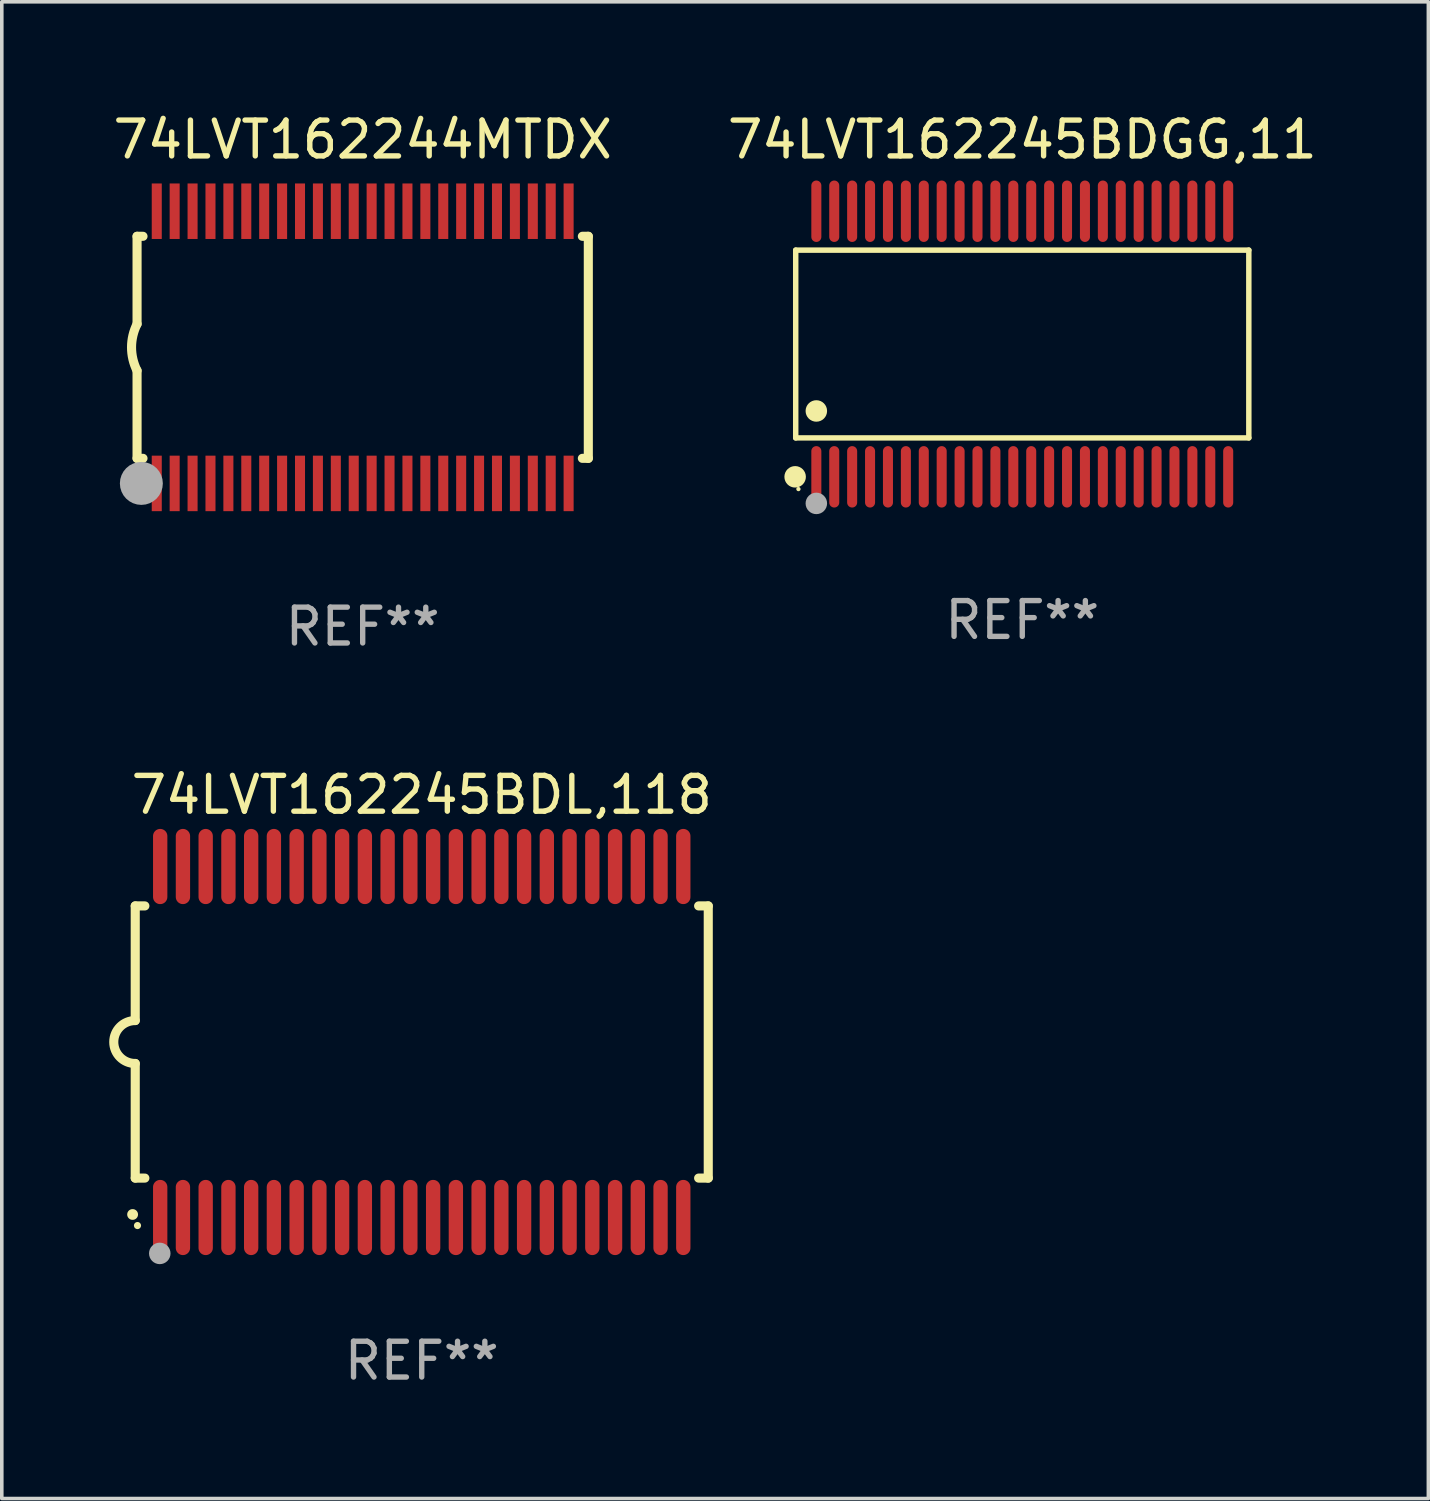
<source format=kicad_pcb>
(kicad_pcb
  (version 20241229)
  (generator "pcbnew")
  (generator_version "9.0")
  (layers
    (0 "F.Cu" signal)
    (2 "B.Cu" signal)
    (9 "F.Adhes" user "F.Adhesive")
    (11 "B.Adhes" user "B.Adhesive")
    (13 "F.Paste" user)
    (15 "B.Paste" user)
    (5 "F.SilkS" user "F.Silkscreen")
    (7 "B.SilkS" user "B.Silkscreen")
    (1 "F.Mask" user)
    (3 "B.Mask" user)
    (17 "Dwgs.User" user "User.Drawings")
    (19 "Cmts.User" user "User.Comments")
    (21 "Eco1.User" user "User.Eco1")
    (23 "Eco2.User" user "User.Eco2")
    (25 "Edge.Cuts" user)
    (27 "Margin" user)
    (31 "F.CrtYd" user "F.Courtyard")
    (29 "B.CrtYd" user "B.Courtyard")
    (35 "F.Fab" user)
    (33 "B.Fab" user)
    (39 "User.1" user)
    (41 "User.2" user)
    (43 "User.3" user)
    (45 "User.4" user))
  (footprint "74LVT162245BDL,118"
    (layer "F.Cu")
    (at 8.726 26.045)
    (property "Reference" "74LVT162245BDL,118" (at 0 -6.9 0) (layer "F.SilkS") (effects (font (size 1 1) (thickness 0.15))))
    (attr through_hole)
    (fp_line (start -8 -3.8) (end -8 -0.599) (stroke (width 0.254) (type solid)) (layer "F.SilkS"))
    (fp_line (start -8 -3.8) (end -7.731 -3.8) (stroke (width 0.254) (type solid)) (layer "F.SilkS"))
    (fp_line (start -8 3.8) (end -8 0.599) (stroke (width 0.254) (type solid)) (layer "F.SilkS"))
    (fp_line (start -7.731 3.8) (end -8 3.8) (stroke (width 0.254) (type solid)) (layer "F.SilkS"))
    (fp_line (start 7.731 -3.8) (end 8 -3.8) (stroke (width 0.254) (type solid)) (layer "F.SilkS"))
    (fp_line (start 8 -3.8) (end 8 3.8) (stroke (width 0.254) (type solid)) (layer "F.SilkS"))
    (fp_line (start 8 3.8) (end 7.731 3.8) (stroke (width 0.254) (type solid)) (layer "F.SilkS"))
    (fp_arc (start -8.074676 4.81585) (mid -8.073406 4.815845) (end -8.072136 4.81585) (stroke (width 0.3) (type solid)) (layer "F.SilkS"))
    (fp_arc (start -8.000025 0.6) (mid -8.598908 0.00056) (end -8.000027 -0.598882) (stroke (width 0.254001) (type solid)) (layer "F.SilkS"))
    (fp_circle (center -7.937 5.125) (end -7.887 5.125) (stroke (width 0.1) (type solid)) (fill no) (layer "F.SilkS"))
    (fp_circle (center -7.315 5.903) (end -7.165 5.903) (stroke (width 0.3) (type solid)) (fill no) (layer "F.Fab"))
    (fp_text user "REF**" (at 0 8.9 0) (layer "F.Fab") (effects (font (size 1 1) (thickness 0.15))))
    (pad "1" smd oval (at -7.303 4.9) (size 0.4 2.1) (layers "F.Cu" "F.Mask" "F.Paste"))
    (pad "2" smd oval (at -6.668 4.9) (size 0.4 2.1) (layers "F.Cu" "F.Mask" "F.Paste"))
    (pad "3" smd oval (at -6.033 4.9) (size 0.4 2.1) (layers "F.Cu" "F.Mask" "F.Paste"))
    (pad "4" smd oval (at -5.398 4.9) (size 0.4 2.1) (layers "F.Cu" "F.Mask" "F.Paste"))
    (pad "5" smd oval (at -4.763 4.9) (size 0.4 2.1) (layers "F.Cu" "F.Mask" "F.Paste"))
    (pad "6" smd oval (at -4.128 4.9) (size 0.4 2.1) (layers "F.Cu" "F.Mask" "F.Paste"))
    (pad "7" smd oval (at -3.493 4.9) (size 0.4 2.1) (layers "F.Cu" "F.Mask" "F.Paste"))
    (pad "8" smd oval (at -2.858 4.9) (size 0.4 2.1) (layers "F.Cu" "F.Mask" "F.Paste"))
    (pad "9" smd oval (at -2.223 4.9) (size 0.4 2.1) (layers "F.Cu" "F.Mask" "F.Paste"))
    (pad "10" smd oval (at -1.588 4.9) (size 0.4 2.1) (layers "F.Cu" "F.Mask" "F.Paste"))
    (pad "11" smd oval (at -0.953 4.9) (size 0.4 2.1) (layers "F.Cu" "F.Mask" "F.Paste"))
    (pad "12" smd oval (at -0.318 4.9) (size 0.4 2.1) (layers "F.Cu" "F.Mask" "F.Paste"))
    (pad "13" smd oval (at 0.318 4.9) (size 0.4 2.1) (layers "F.Cu" "F.Mask" "F.Paste"))
    (pad "14" smd oval (at 0.953 4.9) (size 0.4 2.1) (layers "F.Cu" "F.Mask" "F.Paste"))
    (pad "15" smd oval (at 1.588 4.9) (size 0.4 2.1) (layers "F.Cu" "F.Mask" "F.Paste"))
    (pad "16" smd oval (at 2.223 4.9) (size 0.4 2.1) (layers "F.Cu" "F.Mask" "F.Paste"))
    (pad "17" smd oval (at 2.858 4.9) (size 0.4 2.1) (layers "F.Cu" "F.Mask" "F.Paste"))
    (pad "18" smd oval (at 3.493 4.9) (size 0.4 2.1) (layers "F.Cu" "F.Mask" "F.Paste"))
    (pad "19" smd oval (at 4.128 4.9) (size 0.4 2.1) (layers "F.Cu" "F.Mask" "F.Paste"))
    (pad "20" smd oval (at 4.763 4.9) (size 0.4 2.1) (layers "F.Cu" "F.Mask" "F.Paste"))
    (pad "21" smd oval (at 5.398 4.9) (size 0.4 2.1) (layers "F.Cu" "F.Mask" "F.Paste"))
    (pad "22" smd oval (at 6.033 4.9) (size 0.4 2.1) (layers "F.Cu" "F.Mask" "F.Paste"))
    (pad "23" smd oval (at 6.668 4.9) (size 0.4 2.1) (layers "F.Cu" "F.Mask" "F.Paste"))
    (pad "24" smd oval (at 7.303 4.9) (size 0.4 2.1) (layers "F.Cu" "F.Mask" "F.Paste"))
    (pad "25" smd oval (at 7.303 -4.9 180) (size 0.4 2.1) (layers "F.Cu" "F.Mask" "F.Paste"))
    (pad "26" smd oval (at 6.668 -4.9 180) (size 0.4 2.1) (layers "F.Cu" "F.Mask" "F.Paste"))
    (pad "27" smd oval (at 6.033 -4.9 180) (size 0.4 2.1) (layers "F.Cu" "F.Mask" "F.Paste"))
    (pad "28" smd oval (at 5.398 -4.9 180) (size 0.4 2.1) (layers "F.Cu" "F.Mask" "F.Paste"))
    (pad "29" smd oval (at 4.763 -4.9 180) (size 0.4 2.1) (layers "F.Cu" "F.Mask" "F.Paste"))
    (pad "30" smd oval (at 4.128 -4.9 180) (size 0.4 2.1) (layers "F.Cu" "F.Mask" "F.Paste"))
    (pad "31" smd oval (at 3.493 -4.9 180) (size 0.4 2.1) (layers "F.Cu" "F.Mask" "F.Paste"))
    (pad "32" smd oval (at 2.858 -4.9 180) (size 0.4 2.1) (layers "F.Cu" "F.Mask" "F.Paste"))
    (pad "33" smd oval (at 2.223 -4.9 180) (size 0.4 2.1) (layers "F.Cu" "F.Mask" "F.Paste"))
    (pad "34" smd oval (at 1.588 -4.9 180) (size 0.4 2.1) (layers "F.Cu" "F.Mask" "F.Paste"))
    (pad "35" smd oval (at 0.953 -4.9 180) (size 0.4 2.1) (layers "F.Cu" "F.Mask" "F.Paste"))
    (pad "36" smd oval (at 0.318 -4.9 180) (size 0.4 2.1) (layers "F.Cu" "F.Mask" "F.Paste"))
    (pad "37" smd oval (at -0.318 -4.9 180) (size 0.4 2.1) (layers "F.Cu" "F.Mask" "F.Paste"))
    (pad "38" smd oval (at -0.953 -4.9 180) (size 0.4 2.1) (layers "F.Cu" "F.Mask" "F.Paste"))
    (pad "39" smd oval (at -1.588 -4.9 180) (size 0.4 2.1) (layers "F.Cu" "F.Mask" "F.Paste"))
    (pad "40" smd oval (at -2.223 -4.9 180) (size 0.4 2.1) (layers "F.Cu" "F.Mask" "F.Paste"))
    (pad "41" smd oval (at -2.858 -4.9 180) (size 0.4 2.1) (layers "F.Cu" "F.Mask" "F.Paste"))
    (pad "42" smd oval (at -3.493 -4.9 180) (size 0.4 2.1) (layers "F.Cu" "F.Mask" "F.Paste"))
    (pad "43" smd oval (at -4.128 -4.9 180) (size 0.4 2.1) (layers "F.Cu" "F.Mask" "F.Paste"))
    (pad "44" smd oval (at -4.763 -4.9 180) (size 0.4 2.1) (layers "F.Cu" "F.Mask" "F.Paste"))
    (pad "45" smd oval (at -5.398 -4.9 180) (size 0.4 2.1) (layers "F.Cu" "F.Mask" "F.Paste"))
    (pad "46" smd oval (at -6.033 -4.9 180) (size 0.4 2.1) (layers "F.Cu" "F.Mask" "F.Paste"))
    (pad "47" smd oval (at -6.668 -4.9 180) (size 0.4 2.1) (layers "F.Cu" "F.Mask" "F.Paste"))
    (pad "48" smd oval (at -7.303 -4.9 180) (size 0.4 2.1) (layers "F.Cu" "F.Mask" "F.Paste")))
  (footprint "74LVT162245BDGG,11"
    (layer "F.Cu")
    (at 25.494 6.556)
    (property "Reference" "74LVT162245BDGG,11" (at 0 -5.708 0) (layer "F.SilkS") (effects (font (size 1 1) (thickness 0.15))))
    (attr through_hole)
    (fp_line (start -6.326 -2.622) (end 6.326 -2.622) (stroke (width 0.152) (type solid)) (layer "F.SilkS"))
    (fp_line (start -6.326 2.621) (end -6.326 -2.622) (stroke (width 0.152) (type solid)) (layer "F.SilkS"))
    (fp_line (start 6.326 -2.622) (end 6.326 2.621) (stroke (width 0.152) (type solid)) (layer "F.SilkS"))
    (fp_line (start 6.326 2.621) (end -6.326 2.621) (stroke (width 0.152) (type solid)) (layer "F.SilkS"))
    (fp_circle (center -6.342 3.708) (end -6.192 3.708) (stroke (width 0.3) (type solid)) (fill no) (layer "F.SilkS"))
    (fp_circle (center -6.25 4.05) (end -6.22 4.05) (stroke (width 0.06) (type solid)) (fill no) (layer "F.SilkS"))
    (fp_circle (center -5.75 1.869) (end -5.6 1.869) (stroke (width 0.3) (type solid)) (fill no) (layer "F.SilkS"))
    (fp_circle (center -5.75 4.45) (end -5.6 4.45) (stroke (width 0.3) (type solid)) (fill no) (layer "F.Fab"))
    (fp_text user "REF**" (at 0 7.708 0) (layer "F.Fab") (effects (font (size 1 1) (thickness 0.15))))
    (pad "1" smd oval (at -5.75 3.708) (size 0.28 1.715) (layers "F.Cu" "F.Mask" "F.Paste"))
    (pad "2" smd oval (at -5.25 3.708) (size 0.28 1.715) (layers "F.Cu" "F.Mask" "F.Paste"))
    (pad "3" smd oval (at -4.75 3.708) (size 0.28 1.715) (layers "F.Cu" "F.Mask" "F.Paste"))
    (pad "4" smd oval (at -4.25 3.708) (size 0.28 1.715) (layers "F.Cu" "F.Mask" "F.Paste"))
    (pad "5" smd oval (at -3.75 3.708) (size 0.28 1.715) (layers "F.Cu" "F.Mask" "F.Paste"))
    (pad "6" smd oval (at -3.25 3.708) (size 0.28 1.715) (layers "F.Cu" "F.Mask" "F.Paste"))
    (pad "7" smd oval (at -2.75 3.708) (size 0.28 1.715) (layers "F.Cu" "F.Mask" "F.Paste"))
    (pad "8" smd oval (at -2.25 3.708) (size 0.28 1.715) (layers "F.Cu" "F.Mask" "F.Paste"))
    (pad "9" smd oval (at -1.75 3.708) (size 0.28 1.715) (layers "F.Cu" "F.Mask" "F.Paste"))
    (pad "10" smd oval (at -1.25 3.708) (size 0.28 1.715) (layers "F.Cu" "F.Mask" "F.Paste"))
    (pad "11" smd oval (at -0.75 3.708) (size 0.28 1.715) (layers "F.Cu" "F.Mask" "F.Paste"))
    (pad "12" smd oval (at -0.25 3.708) (size 0.28 1.715) (layers "F.Cu" "F.Mask" "F.Paste"))
    (pad "13" smd oval (at 0.25 3.708) (size 0.28 1.715) (layers "F.Cu" "F.Mask" "F.Paste"))
    (pad "14" smd oval (at 0.75 3.708) (size 0.28 1.715) (layers "F.Cu" "F.Mask" "F.Paste"))
    (pad "15" smd oval (at 1.25 3.708) (size 0.28 1.715) (layers "F.Cu" "F.Mask" "F.Paste"))
    (pad "16" smd oval (at 1.75 3.708) (size 0.28 1.715) (layers "F.Cu" "F.Mask" "F.Paste"))
    (pad "17" smd oval (at 2.25 3.708) (size 0.28 1.715) (layers "F.Cu" "F.Mask" "F.Paste"))
    (pad "18" smd oval (at 2.75 3.708) (size 0.28 1.715) (layers "F.Cu" "F.Mask" "F.Paste"))
    (pad "19" smd oval (at 3.25 3.708) (size 0.28 1.715) (layers "F.Cu" "F.Mask" "F.Paste"))
    (pad "20" smd oval (at 3.75 3.708) (size 0.28 1.715) (layers "F.Cu" "F.Mask" "F.Paste"))
    (pad "21" smd oval (at 4.25 3.708) (size 0.28 1.715) (layers "F.Cu" "F.Mask" "F.Paste"))
    (pad "22" smd oval (at 4.75 3.708) (size 0.28 1.715) (layers "F.Cu" "F.Mask" "F.Paste"))
    (pad "23" smd oval (at 5.25 3.708) (size 0.28 1.715) (layers "F.Cu" "F.Mask" "F.Paste"))
    (pad "24" smd oval (at 5.75 3.708) (size 0.28 1.715) (layers "F.Cu" "F.Mask" "F.Paste"))
    (pad "25" smd oval (at 5.75 -3.708) (size 0.28 1.715) (layers "F.Cu" "F.Mask" "F.Paste"))
    (pad "26" smd oval (at 5.25 -3.708) (size 0.28 1.715) (layers "F.Cu" "F.Mask" "F.Paste"))
    (pad "27" smd oval (at 4.75 -3.708) (size 0.28 1.715) (layers "F.Cu" "F.Mask" "F.Paste"))
    (pad "28" smd oval (at 4.25 -3.708) (size 0.28 1.715) (layers "F.Cu" "F.Mask" "F.Paste"))
    (pad "29" smd oval (at 3.75 -3.708) (size 0.28 1.715) (layers "F.Cu" "F.Mask" "F.Paste"))
    (pad "30" smd oval (at 3.25 -3.708) (size 0.28 1.715) (layers "F.Cu" "F.Mask" "F.Paste"))
    (pad "31" smd oval (at 2.75 -3.708) (size 0.28 1.715) (layers "F.Cu" "F.Mask" "F.Paste"))
    (pad "32" smd oval (at 2.25 -3.708) (size 0.28 1.715) (layers "F.Cu" "F.Mask" "F.Paste"))
    (pad "33" smd oval (at 1.75 -3.708) (size 0.28 1.715) (layers "F.Cu" "F.Mask" "F.Paste"))
    (pad "34" smd oval (at 1.25 -3.708) (size 0.28 1.715) (layers "F.Cu" "F.Mask" "F.Paste"))
    (pad "35" smd oval (at 0.75 -3.708) (size 0.28 1.715) (layers "F.Cu" "F.Mask" "F.Paste"))
    (pad "36" smd oval (at 0.25 -3.708) (size 0.28 1.715) (layers "F.Cu" "F.Mask" "F.Paste"))
    (pad "37" smd oval (at -0.25 -3.708) (size 0.28 1.715) (layers "F.Cu" "F.Mask" "F.Paste"))
    (pad "38" smd oval (at -0.75 -3.708) (size 0.28 1.715) (layers "F.Cu" "F.Mask" "F.Paste"))
    (pad "39" smd oval (at -1.25 -3.708) (size 0.28 1.715) (layers "F.Cu" "F.Mask" "F.Paste"))
    (pad "40" smd oval (at -1.75 -3.708) (size 0.28 1.715) (layers "F.Cu" "F.Mask" "F.Paste"))
    (pad "41" smd oval (at -2.25 -3.708) (size 0.28 1.715) (layers "F.Cu" "F.Mask" "F.Paste"))
    (pad "42" smd oval (at -2.75 -3.708) (size 0.28 1.715) (layers "F.Cu" "F.Mask" "F.Paste"))
    (pad "43" smd oval (at -3.25 -3.708) (size 0.28 1.715) (layers "F.Cu" "F.Mask" "F.Paste"))
    (pad "44" smd oval (at -3.75 -3.708) (size 0.28 1.715) (layers "F.Cu" "F.Mask" "F.Paste"))
    (pad "45" smd oval (at -4.25 -3.708) (size 0.28 1.715) (layers "F.Cu" "F.Mask" "F.Paste"))
    (pad "46" smd oval (at -4.75 -3.708) (size 0.28 1.715) (layers "F.Cu" "F.Mask" "F.Paste"))
    (pad "47" smd oval (at -5.25 -3.708) (size 0.28 1.715) (layers "F.Cu" "F.Mask" "F.Paste"))
    (pad "48" smd oval (at -5.75 -3.708) (size 0.28 1.715) (layers "F.Cu" "F.Mask" "F.Paste")))
  (footprint "74LVT162244MTDX"
    (layer "F.Cu")
    (at 7.077 6.648)
    (property "Reference" "74LVT162244MTDX" (at 0 -5.8 0) (layer "F.SilkS") (effects (font (size 1 1) (thickness 0.15))))
    (attr through_hole)
    (fp_line (start -6.3 -3.1) (end -6.3 -0.65) (stroke (width 0.254) (type solid)) (layer "F.SilkS"))
    (fp_line (start -6.3 -3.1) (end -6.134 -3.1) (stroke (width 0.254) (type solid)) (layer "F.SilkS"))
    (fp_line (start -6.3 3.1) (end -6.3 0.65) (stroke (width 0.254) (type solid)) (layer "F.SilkS"))
    (fp_line (start -6.3 3.1) (end -6.134 3.1) (stroke (width 0.254) (type solid)) (layer "F.SilkS"))
    (fp_line (start 6.134 -3.1) (end 6.3 -3.1) (stroke (width 0.254) (type solid)) (layer "F.SilkS"))
    (fp_line (start 6.134 3.1) (end 6.3 3.1) (stroke (width 0.254) (type solid)) (layer "F.SilkS"))
    (fp_line (start 6.3 -3.1) (end 6.3 3.1) (stroke (width 0.254) (type solid)) (layer "F.SilkS"))
    (fp_arc (start -6.301016 0.650114) (mid -6.45413 -0.000082) (end -6.3 -0.650038) (stroke (width 0.254001) (type solid)) (layer "F.SilkS"))
    (fp_circle (center -6.35 3.81) (end -6.223 3.81) (stroke (width 0.254) (type solid)) (fill no) (layer "F.SilkS"))
    (fp_circle (center -6.25 4.05) (end -6.22 4.05) (stroke (width 0.06) (type solid)) (fill no) (layer "F.SilkS"))
    (fp_circle (center -6.18 3.8) (end -5.88 3.8) (stroke (width 0.6) (type solid)) (fill no) (layer "F.Fab"))
    (fp_text user "REF**" (at 0 7.8 0) (layer "F.Fab") (effects (font (size 1 1) (thickness 0.15))))
    (pad "1" smd rect (at -5.75 3.8) (size 0.28 1.55) (layers "F.Cu" "F.Mask" "F.Paste"))
    (pad "2" smd rect (at -5.25 3.8) (size 0.28 1.55) (layers "F.Cu" "F.Mask" "F.Paste"))
    (pad "3" smd rect (at -4.75 3.8) (size 0.28 1.55) (layers "F.Cu" "F.Mask" "F.Paste"))
    (pad "4" smd rect (at -4.25 3.8) (size 0.28 1.55) (layers "F.Cu" "F.Mask" "F.Paste"))
    (pad "5" smd rect (at -3.75 3.8) (size 0.28 1.55) (layers "F.Cu" "F.Mask" "F.Paste"))
    (pad "6" smd rect (at -3.25 3.8) (size 0.28 1.55) (layers "F.Cu" "F.Mask" "F.Paste"))
    (pad "7" smd rect (at -2.75 3.8) (size 0.28 1.55) (layers "F.Cu" "F.Mask" "F.Paste"))
    (pad "8" smd rect (at -2.25 3.8) (size 0.28 1.55) (layers "F.Cu" "F.Mask" "F.Paste"))
    (pad "9" smd rect (at -1.75 3.8) (size 0.28 1.55) (layers "F.Cu" "F.Mask" "F.Paste"))
    (pad "10" smd rect (at -1.25 3.8) (size 0.28 1.55) (layers "F.Cu" "F.Mask" "F.Paste"))
    (pad "11" smd rect (at -0.75 3.8) (size 0.28 1.55) (layers "F.Cu" "F.Mask" "F.Paste"))
    (pad "12" smd rect (at -0.25 3.8) (size 0.28 1.55) (layers "F.Cu" "F.Mask" "F.Paste"))
    (pad "13" smd rect (at 0.25 3.8) (size 0.28 1.55) (layers "F.Cu" "F.Mask" "F.Paste"))
    (pad "14" smd rect (at 0.75 3.8) (size 0.28 1.55) (layers "F.Cu" "F.Mask" "F.Paste"))
    (pad "15" smd rect (at 1.25 3.8) (size 0.28 1.55) (layers "F.Cu" "F.Mask" "F.Paste"))
    (pad "16" smd rect (at 1.75 3.8) (size 0.28 1.55) (layers "F.Cu" "F.Mask" "F.Paste"))
    (pad "17" smd rect (at 2.25 3.8) (size 0.28 1.55) (layers "F.Cu" "F.Mask" "F.Paste"))
    (pad "18" smd rect (at 2.75 3.8) (size 0.28 1.55) (layers "F.Cu" "F.Mask" "F.Paste"))
    (pad "19" smd rect (at 3.25 3.8) (size 0.28 1.55) (layers "F.Cu" "F.Mask" "F.Paste"))
    (pad "20" smd rect (at 3.75 3.8) (size 0.28 1.55) (layers "F.Cu" "F.Mask" "F.Paste"))
    (pad "21" smd rect (at 4.25 3.8) (size 0.28 1.55) (layers "F.Cu" "F.Mask" "F.Paste"))
    (pad "22" smd rect (at 4.75 3.8) (size 0.28 1.55) (layers "F.Cu" "F.Mask" "F.Paste"))
    (pad "23" smd rect (at 5.25 3.8) (size 0.28 1.55) (layers "F.Cu" "F.Mask" "F.Paste"))
    (pad "24" smd rect (at 5.75 3.8) (size 0.28 1.55) (layers "F.Cu" "F.Mask" "F.Paste"))
    (pad "25" smd rect (at 5.75 -3.8) (size 0.28 1.55) (layers "F.Cu" "F.Mask" "F.Paste"))
    (pad "26" smd rect (at 5.25 -3.8) (size 0.28 1.55) (layers "F.Cu" "F.Mask" "F.Paste"))
    (pad "27" smd rect (at 4.75 -3.8) (size 0.28 1.55) (layers "F.Cu" "F.Mask" "F.Paste"))
    (pad "28" smd rect (at 4.25 -3.8) (size 0.28 1.55) (layers "F.Cu" "F.Mask" "F.Paste"))
    (pad "29" smd rect (at 3.75 -3.8) (size 0.28 1.55) (layers "F.Cu" "F.Mask" "F.Paste"))
    (pad "30" smd rect (at 3.25 -3.8) (size 0.28 1.55) (layers "F.Cu" "F.Mask" "F.Paste"))
    (pad "31" smd rect (at 2.75 -3.8) (size 0.28 1.55) (layers "F.Cu" "F.Mask" "F.Paste"))
    (pad "32" smd rect (at 2.25 -3.8) (size 0.28 1.55) (layers "F.Cu" "F.Mask" "F.Paste"))
    (pad "33" smd rect (at 1.75 -3.8) (size 0.28 1.55) (layers "F.Cu" "F.Mask" "F.Paste"))
    (pad "34" smd rect (at 1.25 -3.8) (size 0.28 1.55) (layers "F.Cu" "F.Mask" "F.Paste"))
    (pad "35" smd rect (at 0.75 -3.8) (size 0.28 1.55) (layers "F.Cu" "F.Mask" "F.Paste"))
    (pad "36" smd rect (at 0.25 -3.8) (size 0.28 1.55) (layers "F.Cu" "F.Mask" "F.Paste"))
    (pad "37" smd rect (at -0.25 -3.8) (size 0.28 1.55) (layers "F.Cu" "F.Mask" "F.Paste"))
    (pad "38" smd rect (at -0.75 -3.8) (size 0.28 1.55) (layers "F.Cu" "F.Mask" "F.Paste"))
    (pad "39" smd rect (at -1.25 -3.8) (size 0.28 1.55) (layers "F.Cu" "F.Mask" "F.Paste"))
    (pad "40" smd rect (at -1.75 -3.8) (size 0.28 1.55) (layers "F.Cu" "F.Mask" "F.Paste"))
    (pad "41" smd rect (at -2.25 -3.8) (size 0.28 1.55) (layers "F.Cu" "F.Mask" "F.Paste"))
    (pad "42" smd rect (at -2.75 -3.8) (size 0.28 1.55) (layers "F.Cu" "F.Mask" "F.Paste"))
    (pad "43" smd rect (at -3.25 -3.8) (size 0.28 1.55) (layers "F.Cu" "F.Mask" "F.Paste"))
    (pad "44" smd rect (at -3.75 -3.8) (size 0.28 1.55) (layers "F.Cu" "F.Mask" "F.Paste"))
    (pad "45" smd rect (at -4.25 -3.8) (size 0.28 1.55) (layers "F.Cu" "F.Mask" "F.Paste"))
    (pad "46" smd rect (at -4.75 -3.8) (size 0.28 1.55) (layers "F.Cu" "F.Mask" "F.Paste"))
    (pad "47" smd rect (at -5.25 -3.8) (size 0.28 1.55) (layers "F.Cu" "F.Mask" "F.Paste"))
    (pad "48" smd rect (at -5.75 -3.8) (size 0.28 1.55) (layers "F.Cu" "F.Mask" "F.Paste")))
  (gr_rect
    (start -3 -3)
    (end 36.833 38.793)
    (stroke (width 0.1) (type default))
    (fill no)
    (layer "Edge.Cuts")))
</source>
